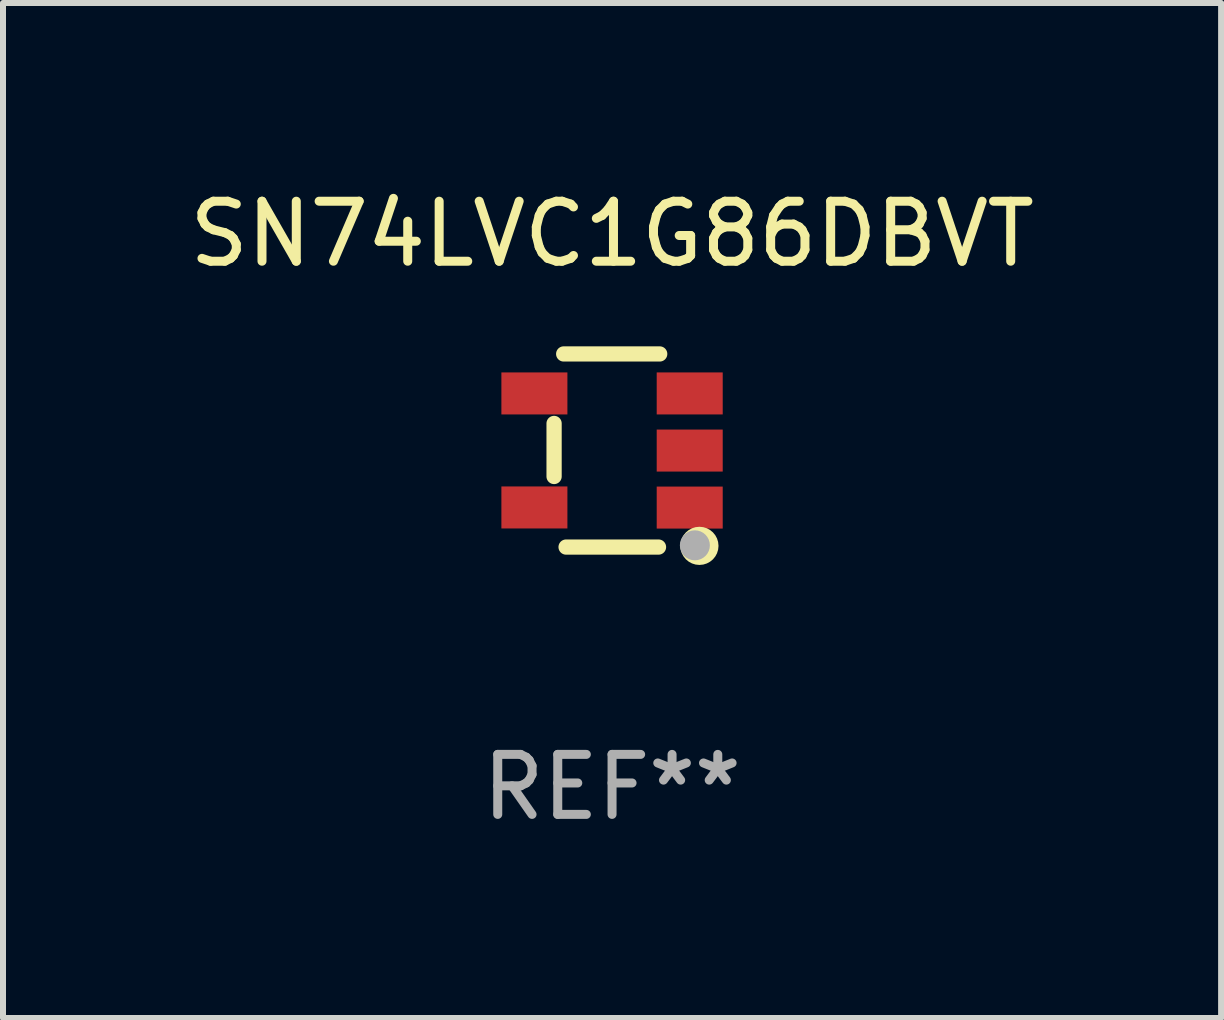
<source format=kicad_pcb>
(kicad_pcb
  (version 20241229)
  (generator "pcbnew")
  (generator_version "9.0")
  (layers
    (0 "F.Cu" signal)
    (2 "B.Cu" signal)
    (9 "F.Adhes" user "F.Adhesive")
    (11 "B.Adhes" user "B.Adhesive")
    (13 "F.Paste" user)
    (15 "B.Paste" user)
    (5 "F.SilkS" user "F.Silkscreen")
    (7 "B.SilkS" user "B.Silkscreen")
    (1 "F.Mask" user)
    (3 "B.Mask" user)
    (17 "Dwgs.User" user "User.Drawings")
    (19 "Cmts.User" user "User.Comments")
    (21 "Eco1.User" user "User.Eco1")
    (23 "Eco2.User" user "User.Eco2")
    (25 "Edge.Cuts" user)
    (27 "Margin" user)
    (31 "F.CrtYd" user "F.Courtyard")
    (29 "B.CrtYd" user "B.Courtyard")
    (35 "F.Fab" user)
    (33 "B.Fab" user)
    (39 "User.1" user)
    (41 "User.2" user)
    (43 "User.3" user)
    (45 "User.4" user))
  (footprint "SN74LVC1G86DBVT"
    (layer "F.Cu")
    (at 7.149 4.457)
    (property "Reference" "SN74LVC1G86DBVT" (at 0 -3.609 0) (layer "F.SilkS") (effects (font (size 1 1) (thickness 0.15))))
    (attr through_hole)
    (fp_line (start -0.966 0.433) (end -0.966 -0.451) (stroke (width 0.254) (type solid)) (layer "F.SilkS"))
    (fp_line (start -0.806 -1.609) (end 0.794 -1.609) (stroke (width 0.254) (type solid)) (layer "F.SilkS"))
    (fp_line (start -0.766 1.609) (end 0.774 1.609) (stroke (width 0.254) (type solid)) (layer "F.SilkS"))
    (fp_circle (center 1.4 1.45) (end 1.43 1.45) (stroke (width 0.06) (type solid)) (fill no) (layer "F.SilkS"))
    (fp_circle (center 1.456 1.589) (end 1.52 1.589) (stroke (width 0.254) (type solid)) (fill no) (layer "F.SilkS"))
    (fp_circle (center 1.38 1.58) (end 1.505 1.58) (stroke (width 0.25) (type solid)) (fill no) (layer "F.Fab"))
    (fp_text user "REF**" (at 0 5.609 0) (layer "F.Fab") (effects (font (size 1 1) (thickness 0.15))))
    (pad "1" smd rect (at 1.294 0.951) (size 1.1 0.7) (layers "F.Cu" "F.Mask" "F.Paste"))
    (pad "2" smd rect (at 1.294 0.001) (size 1.1 0.7) (layers "F.Cu" "F.Mask" "F.Paste"))
    (pad "3" smd rect (at 1.294 -0.951) (size 1.1 0.7) (layers "F.Cu" "F.Mask" "F.Paste"))
    (pad "4" smd rect (at -1.294 -0.951 180) (size 1.1 0.7) (layers "F.Cu" "F.Mask" "F.Paste"))
    (pad "5" smd rect (at -1.294 0.949 180) (size 1.1 0.7) (layers "F.Cu" "F.Mask" "F.Paste")))
  (gr_rect
    (start -3 -3)
    (end 17.298 13.914)
    (stroke (width 0.1) (type default))
    (fill no)
    (layer "Edge.Cuts")))
</source>
